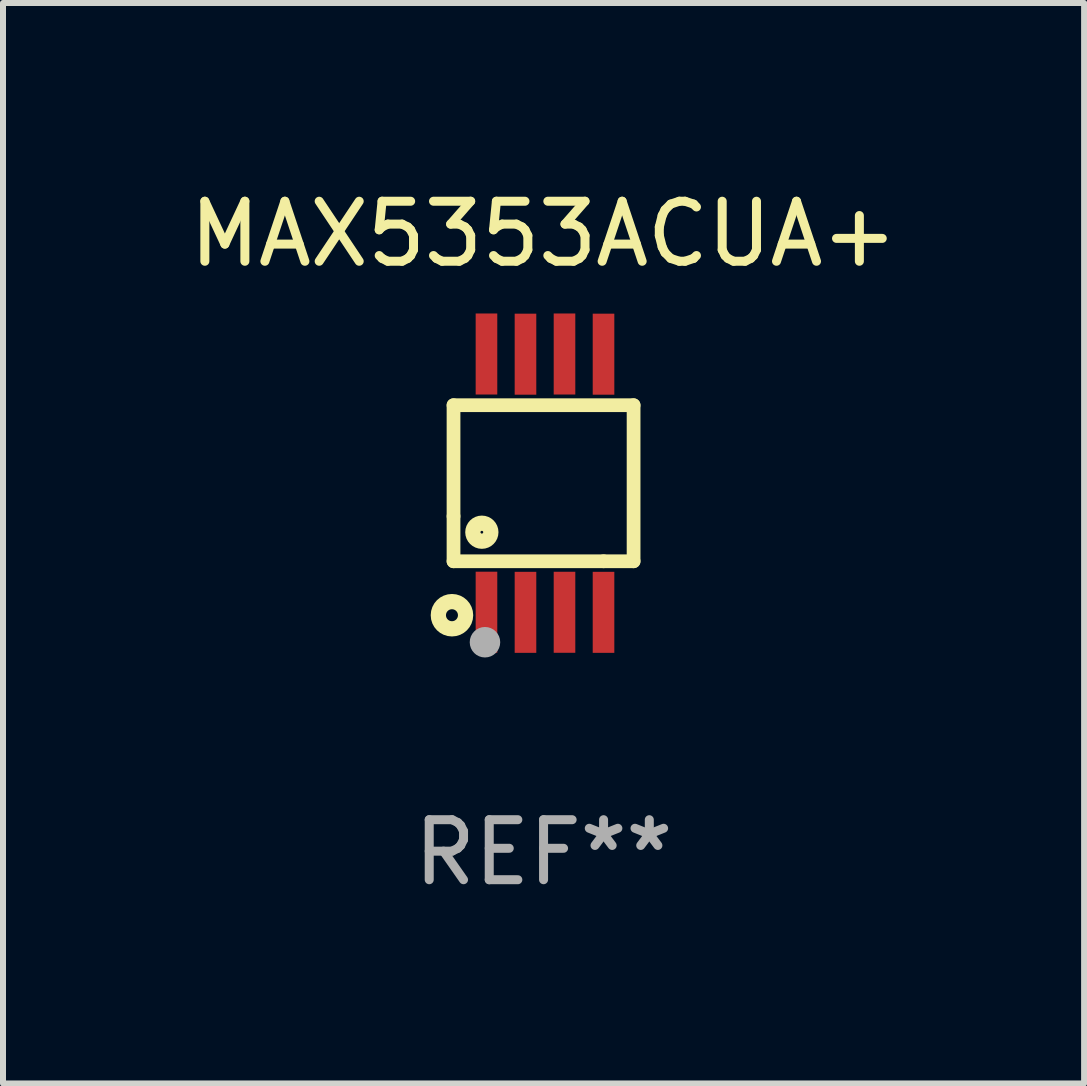
<source format=kicad_pcb>
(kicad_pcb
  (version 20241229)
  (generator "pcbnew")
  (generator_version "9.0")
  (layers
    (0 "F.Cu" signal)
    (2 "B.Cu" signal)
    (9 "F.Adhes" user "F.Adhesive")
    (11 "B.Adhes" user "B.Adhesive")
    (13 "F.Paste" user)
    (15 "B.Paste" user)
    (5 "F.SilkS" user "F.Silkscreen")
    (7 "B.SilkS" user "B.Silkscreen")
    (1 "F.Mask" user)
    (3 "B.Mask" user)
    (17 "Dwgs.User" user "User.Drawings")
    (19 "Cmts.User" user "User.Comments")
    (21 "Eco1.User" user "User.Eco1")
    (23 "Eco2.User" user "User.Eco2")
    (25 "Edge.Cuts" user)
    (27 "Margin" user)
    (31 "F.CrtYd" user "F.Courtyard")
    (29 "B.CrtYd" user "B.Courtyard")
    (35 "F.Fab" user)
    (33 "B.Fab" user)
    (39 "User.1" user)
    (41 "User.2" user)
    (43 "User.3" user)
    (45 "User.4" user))
  (footprint "MAX5353ACUA+"
    (layer "F.Cu")
    (at 6.006 5)
    (property "Reference" "MAX5353ACUA+" (at 0 -4.152 0) (layer "F.SilkS") (effects (font (size 1 1) (thickness 0.15))))
    (attr through_hole)
    (fp_line (start -1.5 1.301) (end 1 1.301) (stroke (width 0.229) (type solid)) (layer "F.SilkS"))
    (fp_line (start -1.5 -1.299) (end -1.5 0.551) (stroke (width 0.229) (type solid)) (layer "F.SilkS"))
    (fp_line (start -1.5 0.551) (end -1.5 1.301) (stroke (width 0.229) (type solid)) (layer "F.SilkS"))
    (fp_line (start 1 1.301) (end 1.5 1.301) (stroke (width 0.229) (type solid)) (layer "F.SilkS"))
    (fp_line (start 1.5 1.301) (end 1.5 -1.299) (stroke (width 0.229) (type solid)) (layer "F.SilkS"))
    (fp_line (start 1.5 -1.299) (end -1.5 -1.299) (stroke (width 0.229) (type solid)) (layer "F.SilkS"))
    (fp_circle (center -1.526 2.2) (end -1.426 2.2) (stroke (width 0.254) (type solid)) (fill no) (layer "F.SilkS"))
    (fp_circle (center -1.476 2.45) (end -1.446 2.45) (stroke (width 0.06) (type solid)) (fill no) (layer "F.SilkS"))
    (fp_circle (center -1.028 0.817) (end -0.878 0.817) (stroke (width 0.254) (type solid)) (fill no) (layer "F.SilkS"))
    (fp_circle (center -0.976 2.65) (end -0.849 2.65) (stroke (width 0.254) (type solid)) (fill no) (layer "F.Fab"))
    (fp_text user "REF**" (at 0 6.152 0) (layer "F.Fab") (effects (font (size 1 1) (thickness 0.15))))
    (pad "1" smd rect (at -0.951 2.15) (size 0.36 1.35) (layers "F.Cu" "F.Mask" "F.Paste"))
    (pad "2" smd rect (at -0.301 2.152) (size 0.36 1.35) (layers "F.Cu" "F.Mask" "F.Paste"))
    (pad "3" smd rect (at 0.349 2.151) (size 0.36 1.35) (layers "F.Cu" "F.Mask" "F.Paste"))
    (pad "4" smd rect (at 0.999 2.152) (size 0.36 1.35) (layers "F.Cu" "F.Mask" "F.Paste"))
    (pad "5" smd rect (at 0.999 -2.149) (size 0.36 1.35) (layers "F.Cu" "F.Mask" "F.Paste"))
    (pad "6" smd rect (at 0.349 -2.152) (size 0.36 1.35) (layers "F.Cu" "F.Mask" "F.Paste"))
    (pad "7" smd rect (at -0.301 -2.149) (size 0.36 1.35) (layers "F.Cu" "F.Mask" "F.Paste"))
    (pad "8" smd rect (at -0.951 -2.152) (size 0.36 1.35) (layers "F.Cu" "F.Mask" "F.Paste")))
  (gr_rect
    (start -3 -3)
    (end 15.012 15.001)
    (stroke (width 0.1) (type default))
    (fill no)
    (layer "Edge.Cuts")))
</source>
